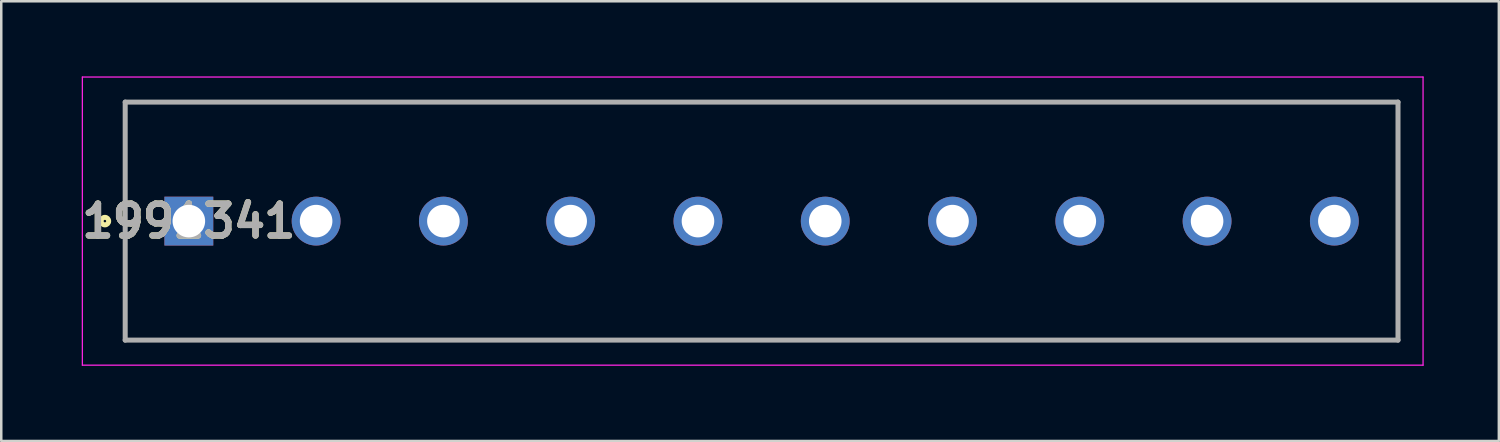
<source format=kicad_pcb>
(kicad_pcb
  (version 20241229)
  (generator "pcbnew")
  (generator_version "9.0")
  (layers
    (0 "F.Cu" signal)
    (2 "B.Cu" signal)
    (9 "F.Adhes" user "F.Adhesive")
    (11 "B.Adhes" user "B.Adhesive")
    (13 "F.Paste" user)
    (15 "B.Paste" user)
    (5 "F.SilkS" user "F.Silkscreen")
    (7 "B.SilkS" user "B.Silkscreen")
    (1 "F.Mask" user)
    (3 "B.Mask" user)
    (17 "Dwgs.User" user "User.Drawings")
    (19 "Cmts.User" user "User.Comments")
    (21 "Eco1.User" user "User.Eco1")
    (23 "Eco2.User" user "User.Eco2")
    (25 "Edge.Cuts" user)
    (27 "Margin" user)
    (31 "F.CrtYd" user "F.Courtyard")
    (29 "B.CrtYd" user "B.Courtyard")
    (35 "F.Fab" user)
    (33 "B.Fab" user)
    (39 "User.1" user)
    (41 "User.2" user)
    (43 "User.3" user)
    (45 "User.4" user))
  (footprint "1991341"
    (layer "F.Cu")
    (at 4.487 5.775)
    (property "Reference" "1991341" (at 0 0 0) (layer "F.SilkS") (effects (font (size 1.27 1.27) (thickness 0.254))))
    (attr through_hole)
    (fp_line (start -2.54 -4.75) (end 48.26 -4.75) (stroke (width 0.1) (type solid)) (layer "F.SilkS"))
    (fp_line (start -2.54 4.75) (end -2.54 -4.75) (stroke (width 0.1) (type solid)) (layer "F.SilkS"))
    (fp_line (start 48.26 -4.75) (end 48.26 4.75) (stroke (width 0.1) (type solid)) (layer "F.SilkS"))
    (fp_line (start 48.26 4.75) (end -2.54 4.75) (stroke (width 0.1) (type solid)) (layer "F.SilkS"))
    (fp_circle (center -3.35 0) (end -3.35 0.05) (stroke (width 0.2) (type solid)) (fill no) (layer "F.SilkS"))
    (fp_line (start -4.25 -5.75) (end 49.26 -5.75) (stroke (width 0.05) (type solid)) (layer "F.CrtYd"))
    (fp_line (start -4.25 5.75) (end -4.25 -5.75) (stroke (width 0.05) (type solid)) (layer "F.CrtYd"))
    (fp_line (start 49.26 -5.75) (end 49.26 5.75) (stroke (width 0.05) (type solid)) (layer "F.CrtYd"))
    (fp_line (start 49.26 5.75) (end -4.25 5.75) (stroke (width 0.05) (type solid)) (layer "F.CrtYd"))
    (fp_line (start -2.54 -4.75) (end 48.26 -4.75) (stroke (width 0.2) (type solid)) (layer "F.Fab"))
    (fp_line (start -2.54 4.75) (end -2.54 -4.75) (stroke (width 0.2) (type solid)) (layer "F.Fab"))
    (fp_line (start 48.26 -4.75) (end 48.26 4.75) (stroke (width 0.2) (type solid)) (layer "F.Fab"))
    (fp_line (start 48.26 4.75) (end -2.54 4.75) (stroke (width 0.2) (type solid)) (layer "F.Fab"))
    (fp_text user "${REFERENCE}" (at 0 0 0) (layer "F.Fab") (effects (font (size 1.27 1.27) (thickness 0.254))))
    (pad "1" thru_hole rect (at 0 0) (size 1.95 1.95) (drill 1.3) (layers "*.Cu" "*.Mask"))
    (pad "2" thru_hole circle (at 5.08 0) (size 1.95 1.95) (drill 1.3) (layers "*.Cu" "*.Mask"))
    (pad "3" thru_hole circle (at 10.16 0) (size 1.95 1.95) (drill 1.3) (layers "*.Cu" "*.Mask"))
    (pad "4" thru_hole circle (at 15.24 0) (size 1.95 1.95) (drill 1.3) (layers "*.Cu" "*.Mask"))
    (pad "5" thru_hole circle (at 20.32 0) (size 1.95 1.95) (drill 1.3) (layers "*.Cu" "*.Mask"))
    (pad "6" thru_hole circle (at 25.4 0) (size 1.95 1.95) (drill 1.3) (layers "*.Cu" "*.Mask"))
    (pad "7" thru_hole circle (at 30.48 0) (size 1.95 1.95) (drill 1.3) (layers "*.Cu" "*.Mask"))
    (pad "8" thru_hole circle (at 35.56 0) (size 1.95 1.95) (drill 1.3) (layers "*.Cu" "*.Mask"))
    (pad "9" thru_hole circle (at 40.64 0) (size 1.95 1.95) (drill 1.3) (layers "*.Cu" "*.Mask"))
    (pad "10" thru_hole circle (at 45.72 0) (size 1.95 1.95) (drill 1.3) (layers "*.Cu" "*.Mask")))
  (gr_rect
    (start -3 -3)
    (end 56.772 14.55)
    (stroke (width 0.1) (type default))
    (fill no)
    (layer "Edge.Cuts")))
</source>
